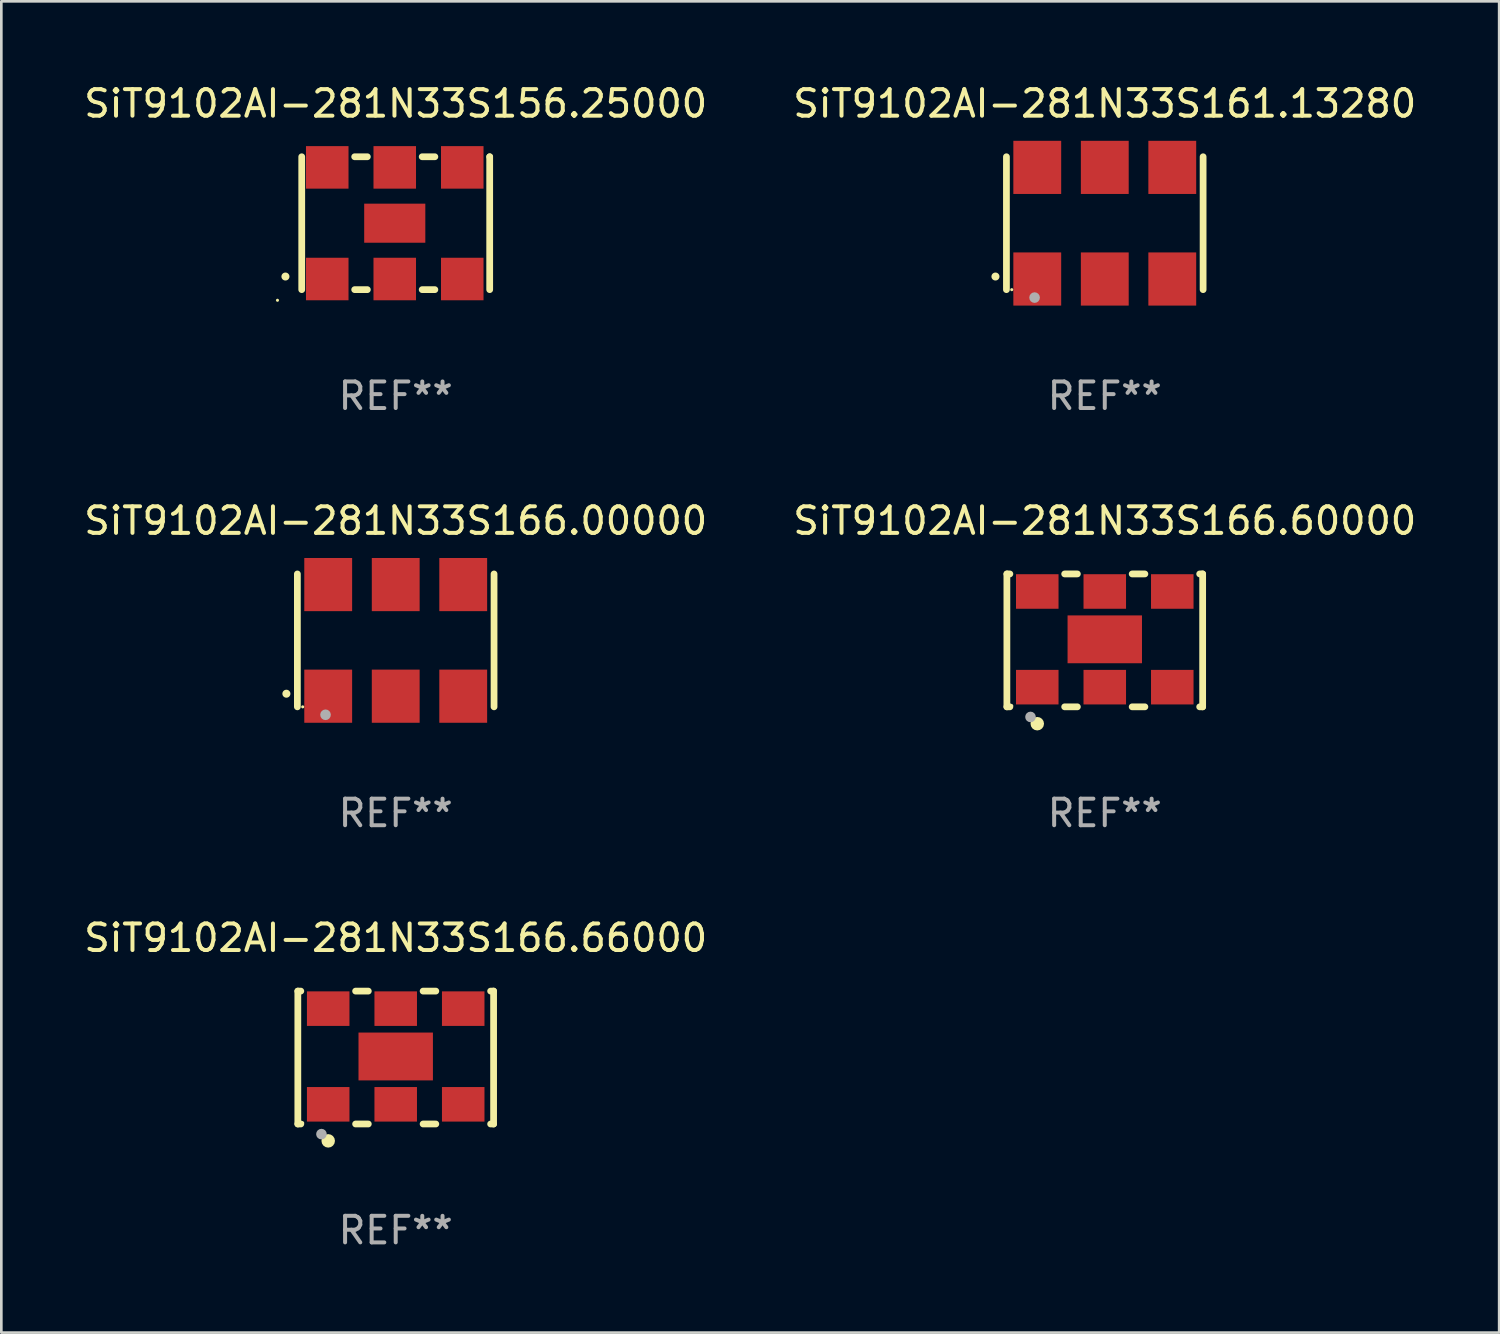
<source format=kicad_pcb>
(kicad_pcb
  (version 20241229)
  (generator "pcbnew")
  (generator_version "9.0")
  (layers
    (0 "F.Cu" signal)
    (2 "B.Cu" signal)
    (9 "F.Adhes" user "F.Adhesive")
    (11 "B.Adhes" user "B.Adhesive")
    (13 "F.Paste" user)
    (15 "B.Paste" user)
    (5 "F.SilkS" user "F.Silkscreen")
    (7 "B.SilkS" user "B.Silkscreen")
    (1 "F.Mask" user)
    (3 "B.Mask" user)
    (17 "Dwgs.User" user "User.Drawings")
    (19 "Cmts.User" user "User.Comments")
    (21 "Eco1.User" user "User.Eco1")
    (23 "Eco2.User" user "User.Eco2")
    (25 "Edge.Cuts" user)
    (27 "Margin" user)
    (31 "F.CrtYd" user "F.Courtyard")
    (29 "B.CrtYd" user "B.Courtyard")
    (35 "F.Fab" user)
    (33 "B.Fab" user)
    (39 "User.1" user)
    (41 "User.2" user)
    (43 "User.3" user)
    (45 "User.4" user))
  (footprint "SiT9102AI-281N33S166.66000"
    (layer "F.Cu")
    (at 11.839 36.741)
    (property "Reference" "SiT9102AI-281N33S166.66000" (at 0 -4.5 0) (layer "F.SilkS") (effects (font (size 1 1) (thickness 0.15))))
    (attr through_hole)
    (fp_line (start -3.683 -2.5) (end -3.571 -2.5) (stroke (width 0.254) (type solid)) (layer "F.SilkS"))
    (fp_line (start -3.683 2.5) (end -3.683 -2.5) (stroke (width 0.254) (type solid)) (layer "F.SilkS"))
    (fp_line (start -3.683 2.5) (end -3.571 2.5) (stroke (width 0.254) (type solid)) (layer "F.SilkS"))
    (fp_line (start -1.509 -2.5) (end -1.031 -2.5) (stroke (width 0.254) (type solid)) (layer "F.SilkS"))
    (fp_line (start -1.509 2.5) (end -1.031 2.5) (stroke (width 0.254) (type solid)) (layer "F.SilkS"))
    (fp_line (start 1.031 -2.5) (end 1.509 -2.5) (stroke (width 0.254) (type solid)) (layer "F.SilkS"))
    (fp_line (start 1.031 2.5) (end 1.509 2.5) (stroke (width 0.254) (type solid)) (layer "F.SilkS"))
    (fp_line (start 3.571 -2.5) (end 3.683 -2.5) (stroke (width 0.254) (type solid)) (layer "F.SilkS"))
    (fp_line (start 3.571 2.5) (end 3.683 2.5) (stroke (width 0.254) (type solid)) (layer "F.SilkS"))
    (fp_line (start 3.683 2.5) (end 3.683 -2.5) (stroke (width 0.254) (type solid)) (layer "F.SilkS"))
    (fp_circle (center -3.5 2.46) (end -3.47 2.46) (stroke (width 0.06) (type solid)) (fill no) (layer "F.SilkS"))
    (fp_circle (center -2.54 3.135) (end -2.413 3.135) (stroke (width 0.254) (type solid)) (fill no) (layer "F.SilkS"))
    (fp_circle (center -2.794 2.881) (end -2.694 2.881) (stroke (width 0.2) (type solid)) (fill no) (layer "F.Fab"))
    (fp_text user "REF**" (at 0 6.5 0) (layer "F.Fab") (effects (font (size 1 1) (thickness 0.15))))
    (pad "1" smd rect (at -2.54 1.76) (size 1.6 1.3) (layers "F.Cu" "F.Mask" "F.Paste"))
    (pad "2" smd rect (at 0 1.76) (size 1.6 1.3) (layers "F.Cu" "F.Mask" "F.Paste"))
    (pad "3" smd rect (at 2.54 1.76) (size 1.6 1.3) (layers "F.Cu" "F.Mask" "F.Paste"))
    (pad "4" smd rect (at 2.54 -1.84) (size 1.6 1.3) (layers "F.Cu" "F.Mask" "F.Paste"))
    (pad "5" smd rect (at 0 -1.84) (size 1.6 1.3) (layers "F.Cu" "F.Mask" "F.Paste"))
    (pad "6" smd rect (at -2.54 -1.84) (size 1.6 1.3) (layers "F.Cu" "F.Mask" "F.Paste"))
    (pad "7" smd rect (at 0 -0.04) (size 2.8 1.8) (layers "F.Cu" "F.Mask" "F.Paste")))
  (footprint "SiT9102AI-281N33S166.60000"
    (layer "F.Cu")
    (at 38.518 21.045)
    (property "Reference" "SiT9102AI-281N33S166.60000" (at 0 -4.5 0) (layer "F.SilkS") (effects (font (size 1 1) (thickness 0.15))))
    (attr through_hole)
    (fp_line (start -3.683 -2.5) (end -3.571 -2.5) (stroke (width 0.254) (type solid)) (layer "F.SilkS"))
    (fp_line (start -3.683 2.5) (end -3.683 -2.5) (stroke (width 0.254) (type solid)) (layer "F.SilkS"))
    (fp_line (start -3.683 2.5) (end -3.571 2.5) (stroke (width 0.254) (type solid)) (layer "F.SilkS"))
    (fp_line (start -1.509 -2.5) (end -1.031 -2.5) (stroke (width 0.254) (type solid)) (layer "F.SilkS"))
    (fp_line (start -1.509 2.5) (end -1.031 2.5) (stroke (width 0.254) (type solid)) (layer "F.SilkS"))
    (fp_line (start 1.031 -2.5) (end 1.509 -2.5) (stroke (width 0.254) (type solid)) (layer "F.SilkS"))
    (fp_line (start 1.031 2.5) (end 1.509 2.5) (stroke (width 0.254) (type solid)) (layer "F.SilkS"))
    (fp_line (start 3.571 -2.5) (end 3.683 -2.5) (stroke (width 0.254) (type solid)) (layer "F.SilkS"))
    (fp_line (start 3.571 2.5) (end 3.683 2.5) (stroke (width 0.254) (type solid)) (layer "F.SilkS"))
    (fp_line (start 3.683 2.5) (end 3.683 -2.5) (stroke (width 0.254) (type solid)) (layer "F.SilkS"))
    (fp_circle (center -3.5 2.46) (end -3.47 2.46) (stroke (width 0.06) (type solid)) (fill no) (layer "F.SilkS"))
    (fp_circle (center -2.54 3.135) (end -2.413 3.135) (stroke (width 0.254) (type solid)) (fill no) (layer "F.SilkS"))
    (fp_circle (center -2.794 2.881) (end -2.694 2.881) (stroke (width 0.2) (type solid)) (fill no) (layer "F.Fab"))
    (fp_text user "REF**" (at 0 6.5 0) (layer "F.Fab") (effects (font (size 1 1) (thickness 0.15))))
    (pad "1" smd rect (at -2.54 1.76) (size 1.6 1.3) (layers "F.Cu" "F.Mask" "F.Paste"))
    (pad "2" smd rect (at 0 1.76) (size 1.6 1.3) (layers "F.Cu" "F.Mask" "F.Paste"))
    (pad "3" smd rect (at 2.54 1.76) (size 1.6 1.3) (layers "F.Cu" "F.Mask" "F.Paste"))
    (pad "4" smd rect (at 2.54 -1.84) (size 1.6 1.3) (layers "F.Cu" "F.Mask" "F.Paste"))
    (pad "5" smd rect (at 0 -1.84) (size 1.6 1.3) (layers "F.Cu" "F.Mask" "F.Paste"))
    (pad "6" smd rect (at -2.54 -1.84) (size 1.6 1.3) (layers "F.Cu" "F.Mask" "F.Paste"))
    (pad "7" smd rect (at 0 -0.04) (size 2.8 1.8) (layers "F.Cu" "F.Mask" "F.Paste")))
  (footprint "SiT9102AI-281N33S156.25000"
    (layer "F.Cu")
    (at 11.839 5.348)
    (property "Reference" "SiT9102AI-281N33S156.25000" (at 0 -4.5 0) (layer "F.SilkS") (effects (font (size 1 1) (thickness 0.15))))
    (attr through_hole)
    (fp_line (start -3.536 -2.5) (end -3.536 2.5) (stroke (width 0.254) (type solid)) (layer "F.SilkS"))
    (fp_line (start -1.544 2.5) (end -1.067 2.5) (stroke (width 0.254) (type solid)) (layer "F.SilkS"))
    (fp_line (start -1.067 -2.5) (end -1.544 -2.5) (stroke (width 0.254) (type solid)) (layer "F.SilkS"))
    (fp_line (start 0.996 2.5) (end 1.473 2.5) (stroke (width 0.254) (type solid)) (layer "F.SilkS"))
    (fp_line (start 1.473 -2.5) (end 0.996 -2.5) (stroke (width 0.254) (type solid)) (layer "F.SilkS"))
    (fp_line (start 3.536 -2.5) (end 3.536 -2.5) (stroke (width 0.254) (type solid)) (layer "F.SilkS"))
    (fp_line (start 3.536 2.5) (end 3.536 -2.5) (stroke (width 0.254) (type solid)) (layer "F.SilkS"))
    (fp_arc (start -4.150432 2.006604) (mid -4.149162 2.006599) (end -4.147892 2.006604) (stroke (width 0.3) (type solid)) (layer "F.SilkS"))
    (fp_circle (center -4.449 2.9) (end -4.419 2.9) (stroke (width 0.06) (type solid)) (fill no) (layer "F.SilkS"))
    (fp_text user "REF**" (at 0 6.5 0) (layer "F.Fab") (effects (font (size 1 1) (thickness 0.15))))
    (pad "1" smd rect (at -2.576 2.1) (size 1.6 1.6) (layers "F.Cu" "F.Mask" "F.Paste"))
    (pad "2" smd rect (at -0.036 2.1) (size 1.6 1.6) (layers "F.Cu" "F.Mask" "F.Paste"))
    (pad "3" smd rect (at 2.504 2.1) (size 1.6 1.6) (layers "F.Cu" "F.Mask" "F.Paste"))
    (pad "4" smd rect (at 2.504 -2.1) (size 1.6 1.6) (layers "F.Cu" "F.Mask" "F.Paste"))
    (pad "5" smd rect (at -0.036 -2.1) (size 1.6 1.6) (layers "F.Cu" "F.Mask" "F.Paste"))
    (pad "6" smd rect (at -2.576 -2.1) (size 1.6 1.6) (layers "F.Cu" "F.Mask" "F.Paste"))
    (pad "7" smd rect (at -0.036 0) (size 2.3 1.47) (layers "F.Cu" "F.Mask" "F.Paste")))
  (footprint "SiT9102AI-281N33S161.13280"
    (layer "F.Cu")
    (at 38.518 5.348)
    (property "Reference" "SiT9102AI-281N33S161.13280" (at 0 -4.5 0) (layer "F.SilkS") (effects (font (size 1 1) (thickness 0.15))))
    (attr through_hole)
    (fp_line (start -3.7 -2.5) (end -3.7 2.5) (stroke (width 0.254) (type solid)) (layer "F.SilkS"))
    (fp_line (start 3.7 -2.5) (end 3.7 2.5) (stroke (width 0.254) (type solid)) (layer "F.SilkS"))
    (fp_arc (start -4.114415 2.006604) (mid -4.113145 2.006599) (end -4.111875 2.006604) (stroke (width 0.3) (type solid)) (layer "F.SilkS"))
    (fp_circle (center -3.5 2.501) (end -3.47 2.501) (stroke (width 0.06) (type solid)) (fill no) (layer "F.SilkS"))
    (fp_circle (center -2.641 2.799) (end -2.541 2.799) (stroke (width 0.2) (type solid)) (fill no) (layer "F.Fab"))
    (fp_text user "REF**" (at 0 6.5 0) (layer "F.Fab") (effects (font (size 1 1) (thickness 0.15))))
    (pad "1" smd rect (at -2.54 2.1) (size 1.8 2) (layers "F.Cu" "F.Mask" "F.Paste"))
    (pad "2" smd rect (at 0.000394 2.1) (size 1.8 2) (layers "F.Cu" "F.Mask" "F.Paste"))
    (pad "3" smd rect (at 2.54 2.1) (size 1.8 2) (layers "F.Cu" "F.Mask" "F.Paste"))
    (pad "4" smd rect (at 2.54 -2.1) (size 1.8 2) (layers "F.Cu" "F.Mask" "F.Paste"))
    (pad "5" smd rect (at 0.000394 -2.1) (size 1.8 2) (layers "F.Cu" "F.Mask" "F.Paste"))
    (pad "6" smd rect (at -2.54 -2.1) (size 1.8 2) (layers "F.Cu" "F.Mask" "F.Paste")))
  (footprint "SiT9102AI-281N33S166.00000"
    (layer "F.Cu")
    (at 11.839 21.045)
    (property "Reference" "SiT9102AI-281N33S166.00000" (at 0 -4.5 0) (layer "F.SilkS") (effects (font (size 1 1) (thickness 0.15))))
    (attr through_hole)
    (fp_line (start -3.7 -2.5) (end -3.7 2.5) (stroke (width 0.254) (type solid)) (layer "F.SilkS"))
    (fp_line (start 3.7 -2.5) (end 3.7 2.5) (stroke (width 0.254) (type solid)) (layer "F.SilkS"))
    (fp_arc (start -4.114415 2.006604) (mid -4.113145 2.006599) (end -4.111875 2.006604) (stroke (width 0.3) (type solid)) (layer "F.SilkS"))
    (fp_circle (center -3.5 2.501) (end -3.47 2.501) (stroke (width 0.06) (type solid)) (fill no) (layer "F.SilkS"))
    (fp_circle (center -2.641 2.799) (end -2.541 2.799) (stroke (width 0.2) (type solid)) (fill no) (layer "F.Fab"))
    (fp_text user "REF**" (at 0 6.5 0) (layer "F.Fab") (effects (font (size 1 1) (thickness 0.15))))
    (pad "1" smd rect (at -2.54 2.1) (size 1.8 2) (layers "F.Cu" "F.Mask" "F.Paste"))
    (pad "2" smd rect (at 0.000394 2.1) (size 1.8 2) (layers "F.Cu" "F.Mask" "F.Paste"))
    (pad "3" smd rect (at 2.54 2.1) (size 1.8 2) (layers "F.Cu" "F.Mask" "F.Paste"))
    (pad "4" smd rect (at 2.54 -2.1) (size 1.8 2) (layers "F.Cu" "F.Mask" "F.Paste"))
    (pad "5" smd rect (at 0.000394 -2.1) (size 1.8 2) (layers "F.Cu" "F.Mask" "F.Paste"))
    (pad "6" smd rect (at -2.54 -2.1) (size 1.8 2) (layers "F.Cu" "F.Mask" "F.Paste")))
  (gr_rect
    (start -3 -3)
    (end 53.357 47.09)
    (stroke (width 0.1) (type default))
    (fill no)
    (layer "Edge.Cuts")))
</source>
